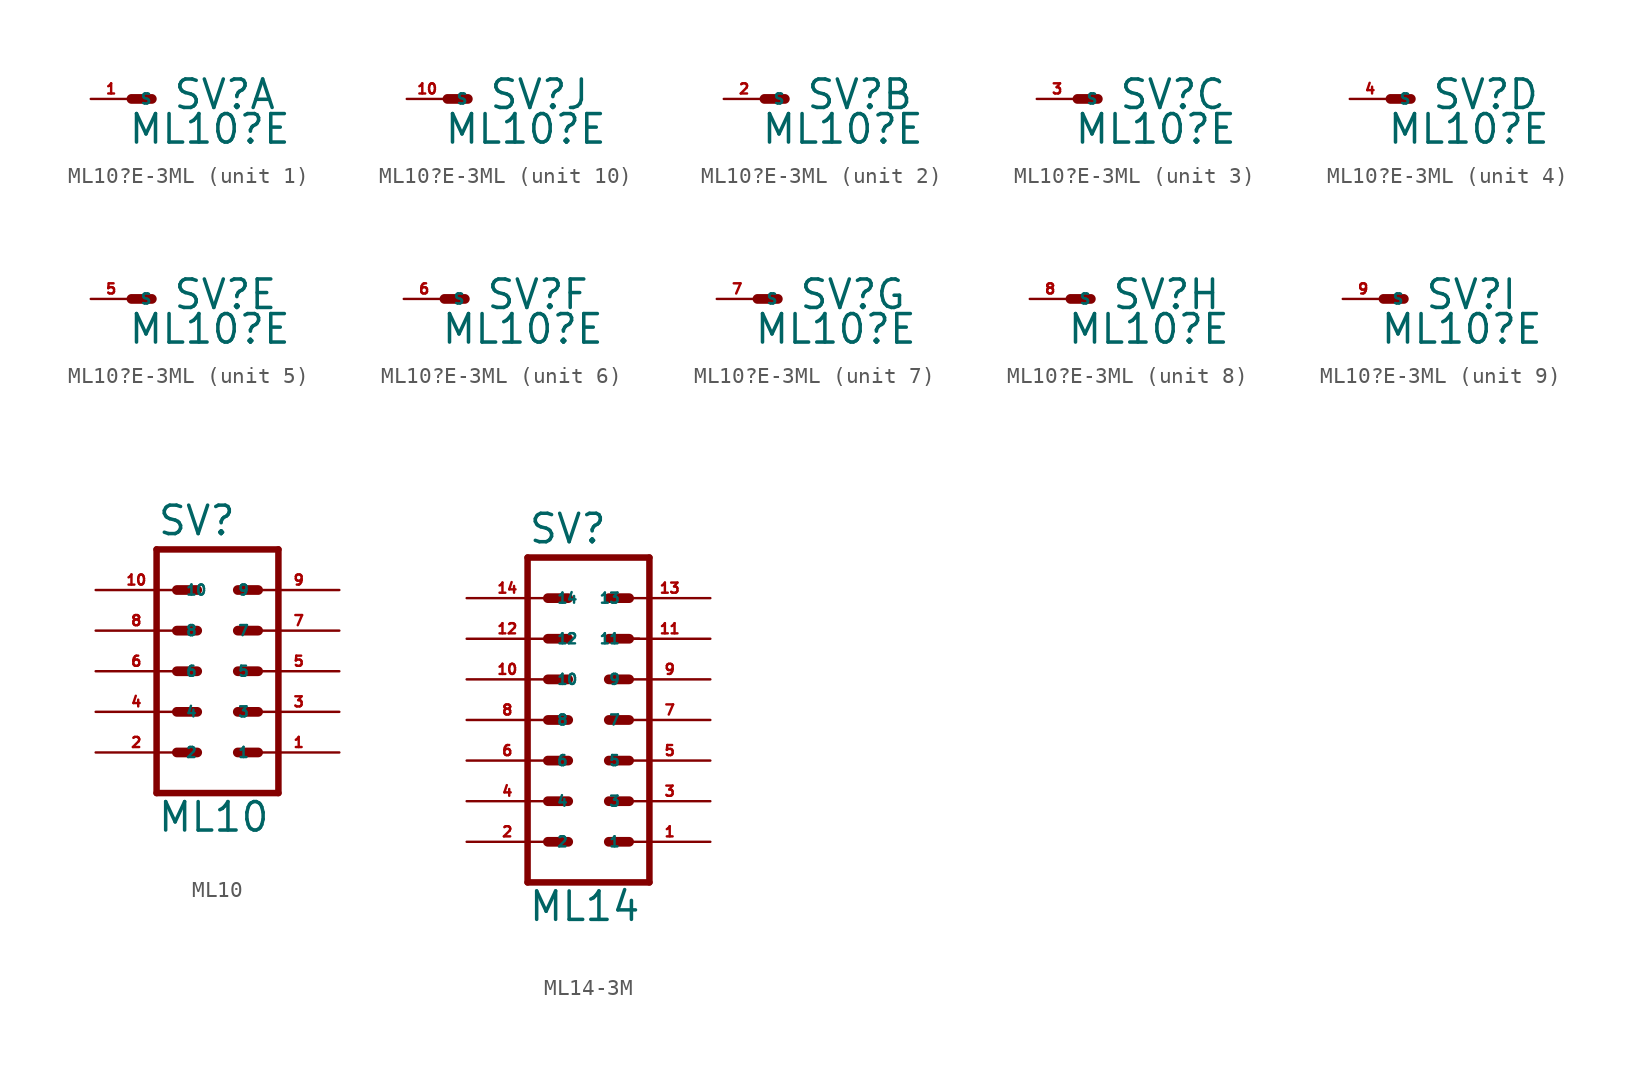
<source format=kicad_sym>
(kicad_symbol_lib
  (version 20220914)
  (generator Eagle2Kicad)
  (symbol "ML10?E-3ML"
    (property "Reference" "SV"
      (at 2.54 -0.762 0)
      (effects (font (size 1.778 1.778) (thickness 0.22)) (justify left bottom)))
    (property "Value" "ML10?E"
      (at -0.254 -2.921 0)
      (effects (font (size 1.778 1.778) (thickness 0.22)) (justify left bottom)))
    (symbol "ML10?E-3ML_1_0"
      (polyline (pts (xy 1.27 0) (xy 0 0)) (stroke (width 0.61) (type default)) (fill (type none)))
      (pin passive line (at -2.54 0 0) (length 2.54) (name "S" (effects (font (size 0.635 0.635) (thickness 0.08)) (justify left bottom))) (number "1" (effects (font (size 0.635 0.635) (thickness 0.08)) (justify left bottom)))))
    (symbol "ML10?E-3ML_2_0"
      (polyline (pts (xy 1.27 0) (xy 0 0)) (stroke (width 0.61) (type default)) (fill (type none)))
      (pin passive line (at -2.54 0 0) (length 2.54) (name "S" (effects (font (size 0.635 0.635) (thickness 0.08)) (justify left bottom))) (number "2" (effects (font (size 0.635 0.635) (thickness 0.08)) (justify left bottom)))))
    (symbol "ML10?E-3ML_3_0"
      (polyline (pts (xy 1.27 0) (xy 0 0)) (stroke (width 0.61) (type default)) (fill (type none)))
      (pin passive line (at -2.54 0 0) (length 2.54) (name "S" (effects (font (size 0.635 0.635) (thickness 0.08)) (justify left bottom))) (number "3" (effects (font (size 0.635 0.635) (thickness 0.08)) (justify left bottom)))))
    (symbol "ML10?E-3ML_4_0"
      (polyline (pts (xy 1.27 0) (xy 0 0)) (stroke (width 0.61) (type default)) (fill (type none)))
      (pin passive line (at -2.54 0 0) (length 2.54) (name "S" (effects (font (size 0.635 0.635) (thickness 0.08)) (justify left bottom))) (number "4" (effects (font (size 0.635 0.635) (thickness 0.08)) (justify left bottom)))))
    (symbol "ML10?E-3ML_5_0"
      (polyline (pts (xy 1.27 0) (xy 0 0)) (stroke (width 0.61) (type default)) (fill (type none)))
      (pin passive line (at -2.54 0 0) (length 2.54) (name "S" (effects (font (size 0.635 0.635) (thickness 0.08)) (justify left bottom))) (number "5" (effects (font (size 0.635 0.635) (thickness 0.08)) (justify left bottom)))))
    (symbol "ML10?E-3ML_6_0"
      (polyline (pts (xy 1.27 0) (xy 0 0)) (stroke (width 0.61) (type default)) (fill (type none)))
      (pin passive line (at -2.54 0 0) (length 2.54) (name "S" (effects (font (size 0.635 0.635) (thickness 0.08)) (justify left bottom))) (number "6" (effects (font (size 0.635 0.635) (thickness 0.08)) (justify left bottom)))))
    (symbol "ML10?E-3ML_7_0"
      (polyline (pts (xy 1.27 0) (xy 0 0)) (stroke (width 0.61) (type default)) (fill (type none)))
      (pin passive line (at -2.54 0 0) (length 2.54) (name "S" (effects (font (size 0.635 0.635) (thickness 0.08)) (justify left bottom))) (number "7" (effects (font (size 0.635 0.635) (thickness 0.08)) (justify left bottom)))))
    (symbol "ML10?E-3ML_8_0"
      (polyline (pts (xy 1.27 0) (xy 0 0)) (stroke (width 0.61) (type default)) (fill (type none)))
      (pin passive line (at -2.54 0 0) (length 2.54) (name "S" (effects (font (size 0.635 0.635) (thickness 0.08)) (justify left bottom))) (number "8" (effects (font (size 0.635 0.635) (thickness 0.08)) (justify left bottom)))))
    (symbol "ML10?E-3ML_9_0"
      (polyline (pts (xy 1.27 0) (xy 0 0)) (stroke (width 0.61) (type default)) (fill (type none)))
      (pin passive line (at -2.54 0 0) (length 2.54) (name "S" (effects (font (size 0.635 0.635) (thickness 0.08)) (justify left bottom))) (number "9" (effects (font (size 0.635 0.635) (thickness 0.08)) (justify left bottom)))))
    (symbol "ML10?E-3ML_10_0"
      (polyline (pts (xy 1.27 0) (xy 0 0)) (stroke (width 0.61) (type default)) (fill (type none)))
      (pin passive line (at -2.54 0 0) (length 2.54) (name "S" (effects (font (size 0.635 0.635) (thickness 0.08)) (justify left bottom))) (number "10" (effects (font (size 0.635 0.635) (thickness 0.08)) (justify left bottom))))))
  (symbol "ML10"
    (property "Reference" "SV"
      (at -3.81 8.382 0)
      (effects (font (size 1.778 1.778) (thickness 0.22)) (justify left bottom)))
    (property "Value" "ML10"
      (at -3.81 -10.16 0)
      (effects (font (size 1.778 1.778) (thickness 0.22)) (justify left bottom)))
    (polyline
      (pts (xy 3.81 -7.62) (xy -3.81 -7.62))
      (stroke (width 0.406) (type default))
      (fill (type none)))
    (polyline
      (pts (xy -3.81 7.62) (xy -3.81 -7.62))
      (stroke (width 0.406) (type default))
      (fill (type none)))
    (polyline
      (pts (xy 3.81 -7.62) (xy 3.81 7.62))
      (stroke (width 0.406) (type default))
      (fill (type none)))
    (polyline
      (pts (xy -3.81 7.62) (xy 3.81 7.62))
      (stroke (width 0.406) (type default))
      (fill (type none)))
    (polyline
      (pts (xy 1.27 5.08) (xy 2.54 5.08))
      (stroke (width 0.61) (type default))
      (fill (type none)))
    (polyline
      (pts (xy 1.27 2.54) (xy 2.54 2.54))
      (stroke (width 0.61) (type default))
      (fill (type none)))
    (polyline
      (pts (xy 1.27 0) (xy 2.54 0))
      (stroke (width 0.61) (type default))
      (fill (type none)))
    (polyline
      (pts (xy 1.27 -2.54) (xy 2.54 -2.54))
      (stroke (width 0.61) (type default))
      (fill (type none)))
    (polyline
      (pts (xy 1.27 -5.08) (xy 2.54 -5.08))
      (stroke (width 0.61) (type default))
      (fill (type none)))
    (polyline
      (pts (xy -2.54 5.08) (xy -1.27 5.08))
      (stroke (width 0.61) (type default))
      (fill (type none)))
    (polyline
      (pts (xy -2.54 2.54) (xy -1.27 2.54))
      (stroke (width 0.61) (type default))
      (fill (type none)))
    (polyline
      (pts (xy -2.54 0) (xy -1.27 0))
      (stroke (width 0.61) (type default))
      (fill (type none)))
    (polyline
      (pts (xy -2.54 -2.54) (xy -1.27 -2.54))
      (stroke (width 0.61) (type default))
      (fill (type none)))
    (polyline
      (pts (xy -2.54 -5.08) (xy -1.27 -5.08))
      (stroke (width 0.61) (type default))
      (fill (type none)))
    (pin passive line
      (at 7.62 -5.08 180)
      (length 5.08)
      (name "1" (effects (font (size 0.635 0.635) (thickness 0.08)) (justify left bottom)))
      (number "1" (effects (font (size 0.635 0.635) (thickness 0.08)) (justify left bottom))))
    (pin passive line
      (at -7.62 -5.08 0)
      (length 5.08)
      (name "2" (effects (font (size 0.635 0.635) (thickness 0.08)) (justify left bottom)))
      (number "2" (effects (font (size 0.635 0.635) (thickness 0.08)) (justify left bottom))))
    (pin passive line
      (at 7.62 -2.54 180)
      (length 5.08)
      (name "3" (effects (font (size 0.635 0.635) (thickness 0.08)) (justify left bottom)))
      (number "3" (effects (font (size 0.635 0.635) (thickness 0.08)) (justify left bottom))))
    (pin passive line
      (at -7.62 -2.54 0)
      (length 5.08)
      (name "4" (effects (font (size 0.635 0.635) (thickness 0.08)) (justify left bottom)))
      (number "4" (effects (font (size 0.635 0.635) (thickness 0.08)) (justify left bottom))))
    (pin passive line
      (at 7.62 0 180)
      (length 5.08)
      (name "5" (effects (font (size 0.635 0.635) (thickness 0.08)) (justify left bottom)))
      (number "5" (effects (font (size 0.635 0.635) (thickness 0.08)) (justify left bottom))))
    (pin passive line
      (at -7.62 0 0)
      (length 5.08)
      (name "6" (effects (font (size 0.635 0.635) (thickness 0.08)) (justify left bottom)))
      (number "6" (effects (font (size 0.635 0.635) (thickness 0.08)) (justify left bottom))))
    (pin passive line
      (at 7.62 2.54 180)
      (length 5.08)
      (name "7" (effects (font (size 0.635 0.635) (thickness 0.08)) (justify left bottom)))
      (number "7" (effects (font (size 0.635 0.635) (thickness 0.08)) (justify left bottom))))
    (pin passive line
      (at -7.62 2.54 0)
      (length 5.08)
      (name "8" (effects (font (size 0.635 0.635) (thickness 0.08)) (justify left bottom)))
      (number "8" (effects (font (size 0.635 0.635) (thickness 0.08)) (justify left bottom))))
    (pin passive line
      (at 7.62 5.08 180)
      (length 5.08)
      (name "9" (effects (font (size 0.635 0.635) (thickness 0.08)) (justify left bottom)))
      (number "9" (effects (font (size 0.635 0.635) (thickness 0.08)) (justify left bottom))))
    (pin passive line
      (at -7.62 5.08 0)
      (length 5.08)
      (name "10" (effects (font (size 0.635 0.635) (thickness 0.08)) (justify left bottom)))
      (number "10" (effects (font (size 0.635 0.635) (thickness 0.08)) (justify left bottom)))))
  (symbol "ML14-3M"
    (property "Reference" "SV"
      (at -3.81 10.922 0)
      (effects (font (size 1.778 1.778) (thickness 0.22)) (justify left bottom)))
    (property "Value" "ML14"
      (at -3.81 -12.7 0)
      (effects (font (size 1.778 1.778) (thickness 0.22)) (justify left bottom)))
    (polyline
      (pts (xy 3.81 -10.16) (xy -3.81 -10.16))
      (stroke (width 0.406) (type default))
      (fill (type none)))
    (polyline
      (pts (xy -3.81 10.16) (xy -3.81 -10.16))
      (stroke (width 0.406) (type default))
      (fill (type none)))
    (polyline
      (pts (xy -3.81 10.16) (xy 3.81 10.16))
      (stroke (width 0.406) (type default))
      (fill (type none)))
    (polyline
      (pts (xy 3.81 -10.16) (xy 3.81 10.16))
      (stroke (width 0.406) (type default))
      (fill (type none)))
    (polyline
      (pts (xy 2.54 5.08) (xy 3.175 5.08))
      (stroke (width 0.152) (type default))
      (fill (type none)))
    (polyline
      (pts (xy 1.27 2.54) (xy 2.54 2.54))
      (stroke (width 0.61) (type default))
      (fill (type none)))
    (polyline
      (pts (xy 1.27 0) (xy 2.54 0))
      (stroke (width 0.61) (type default))
      (fill (type none)))
    (polyline
      (pts (xy 1.27 -2.54) (xy 2.54 -2.54))
      (stroke (width 0.61) (type default))
      (fill (type none)))
    (polyline
      (pts (xy 1.27 -5.08) (xy 2.54 -5.08))
      (stroke (width 0.61) (type default))
      (fill (type none)))
    (polyline
      (pts (xy 1.27 -7.62) (xy 2.54 -7.62))
      (stroke (width 0.61) (type default))
      (fill (type none)))
    (polyline
      (pts (xy -2.54 2.54) (xy -1.27 2.54))
      (stroke (width 0.61) (type default))
      (fill (type none)))
    (polyline
      (pts (xy -2.54 0) (xy -1.27 0))
      (stroke (width 0.61) (type default))
      (fill (type none)))
    (polyline
      (pts (xy -2.54 -2.54) (xy -1.27 -2.54))
      (stroke (width 0.61) (type default))
      (fill (type none)))
    (polyline
      (pts (xy -2.54 -5.08) (xy -1.27 -5.08))
      (stroke (width 0.61) (type default))
      (fill (type none)))
    (polyline
      (pts (xy -2.54 -7.62) (xy -1.27 -7.62))
      (stroke (width 0.61) (type default))
      (fill (type none)))
    (polyline
      (pts (xy 1.27 5.08) (xy 2.54 5.08))
      (stroke (width 0.61) (type default))
      (fill (type none)))
    (polyline
      (pts (xy 1.27 7.62) (xy 2.54 7.62))
      (stroke (width 0.61) (type default))
      (fill (type none)))
    (polyline
      (pts (xy -2.54 5.08) (xy -1.27 5.08))
      (stroke (width 0.61) (type default))
      (fill (type none)))
    (polyline
      (pts (xy -2.54 7.62) (xy -1.27 7.62))
      (stroke (width 0.61) (type default))
      (fill (type none)))
    (pin passive line
      (at 7.62 -7.62 180)
      (length 5.08)
      (name "1" (effects (font (size 0.635 0.635) (thickness 0.08)) (justify left bottom)))
      (number "1" (effects (font (size 0.635 0.635) (thickness 0.08)) (justify left bottom))))
    (pin passive line
      (at 7.62 -5.08 180)
      (length 5.08)
      (name "3" (effects (font (size 0.635 0.635) (thickness 0.08)) (justify left bottom)))
      (number "3" (effects (font (size 0.635 0.635) (thickness 0.08)) (justify left bottom))))
    (pin passive line
      (at 7.62 -2.54 180)
      (length 5.08)
      (name "5" (effects (font (size 0.635 0.635) (thickness 0.08)) (justify left bottom)))
      (number "5" (effects (font (size 0.635 0.635) (thickness 0.08)) (justify left bottom))))
    (pin passive line
      (at 7.62 0 180)
      (length 5.08)
      (name "7" (effects (font (size 0.635 0.635) (thickness 0.08)) (justify left bottom)))
      (number "7" (effects (font (size 0.635 0.635) (thickness 0.08)) (justify left bottom))))
    (pin passive line
      (at 7.62 2.54 180)
      (length 5.08)
      (name "9" (effects (font (size 0.635 0.635) (thickness 0.08)) (justify left bottom)))
      (number "9" (effects (font (size 0.635 0.635) (thickness 0.08)) (justify left bottom))))
    (pin passive line
      (at 7.62 5.08 180)
      (length 5.08)
      (name "11" (effects (font (size 0.635 0.635) (thickness 0.08)) (justify left bottom)))
      (number "11" (effects (font (size 0.635 0.635) (thickness 0.08)) (justify left bottom))))
    (pin passive line
      (at 7.62 7.62 180)
      (length 5.08)
      (name "13" (effects (font (size 0.635 0.635) (thickness 0.08)) (justify left bottom)))
      (number "13" (effects (font (size 0.635 0.635) (thickness 0.08)) (justify left bottom))))
    (pin passive line
      (at -7.62 -7.62 0)
      (length 5.08)
      (name "2" (effects (font (size 0.635 0.635) (thickness 0.08)) (justify left bottom)))
      (number "2" (effects (font (size 0.635 0.635) (thickness 0.08)) (justify left bottom))))
    (pin passive line
      (at -7.62 -5.08 0)
      (length 5.08)
      (name "4" (effects (font (size 0.635 0.635) (thickness 0.08)) (justify left bottom)))
      (number "4" (effects (font (size 0.635 0.635) (thickness 0.08)) (justify left bottom))))
    (pin passive line
      (at -7.62 -2.54 0)
      (length 5.08)
      (name "6" (effects (font (size 0.635 0.635) (thickness 0.08)) (justify left bottom)))
      (number "6" (effects (font (size 0.635 0.635) (thickness 0.08)) (justify left bottom))))
    (pin passive line
      (at -7.62 5.08 0)
      (length 5.08)
      (name "12" (effects (font (size 0.635 0.635) (thickness 0.08)) (justify left bottom)))
      (number "12" (effects (font (size 0.635 0.635) (thickness 0.08)) (justify left bottom))))
    (pin passive line
      (at -7.62 7.62 0)
      (length 5.08)
      (name "14" (effects (font (size 0.635 0.635) (thickness 0.08)) (justify left bottom)))
      (number "14" (effects (font (size 0.635 0.635) (thickness 0.08)) (justify left bottom))))
    (pin passive line
      (at -7.62 0 0)
      (length 5.08)
      (name "8" (effects (font (size 0.635 0.635) (thickness 0.08)) (justify left bottom)))
      (number "8" (effects (font (size 0.635 0.635) (thickness 0.08)) (justify left bottom))))
    (pin passive line
      (at -7.62 2.54 0)
      (length 5.08)
      (name "10" (effects (font (size 0.635 0.635) (thickness 0.08)) (justify left bottom)))
      (number "10" (effects (font (size 0.635 0.635) (thickness 0.08)) (justify left bottom))))))
</source>
